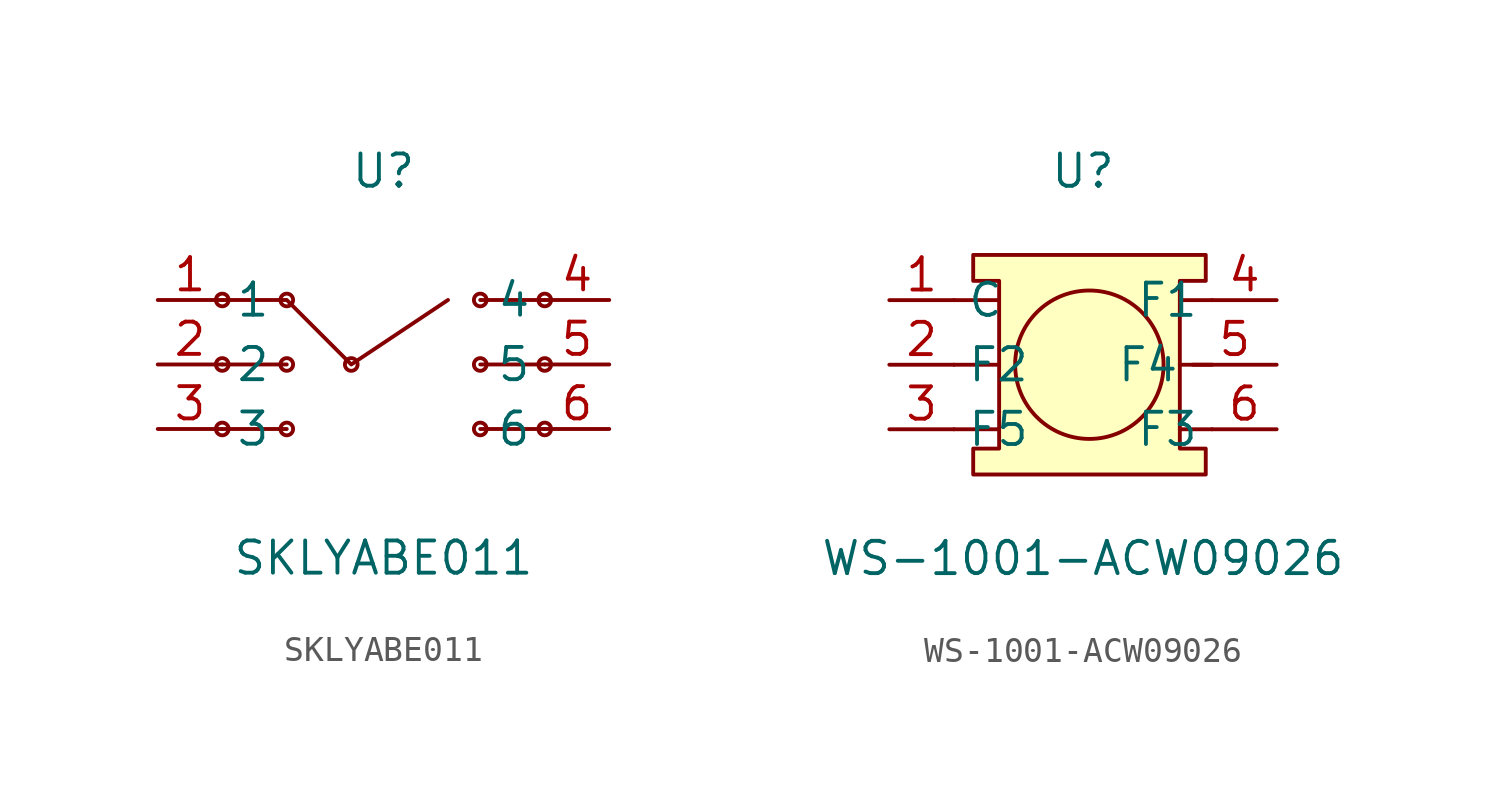
<source format=kicad_sym>
(kicad_symbol_lib
  (version 20211014)
  (generator https://github.com/uPesy/easyeda2kicad.py)
  (symbol "SKLYABE011"
    (property "Reference" "U"
      (at 0 7.62 0)
      (effects (font (size 1.27 1.27))))
    (property "Value" "SKLYABE011"
      (at 0 -7.62 0)
      (effects (font (size 1.27 1.27))))
    (symbol "SKLYABE011_0_1"
      (circle (center -3.81 2.54) (radius 0.25) (stroke (width 0) (type default) (color 0 0 0 0)) (fill (type none)))
      (circle (center -1.27 -0.00) (radius 0.25) (stroke (width 0) (type default) (color 0 0 0 0)) (fill (type none)))
      (circle (center -6.35 2.54) (radius 0.25) (stroke (width 0) (type default) (color 0 0 0 0)) (fill (type none)))
      (circle (center -3.81 -0.00) (radius 0.25) (stroke (width 0) (type default) (color 0 0 0 0)) (fill (type none)))
      (circle (center -6.35 -0.00) (radius 0.25) (stroke (width 0) (type default) (color 0 0 0 0)) (fill (type none)))
      (circle (center -3.81 -2.54) (radius 0.25) (stroke (width 0) (type default) (color 0 0 0 0)) (fill (type none)))
      (circle (center -6.35 -2.54) (radius 0.25) (stroke (width 0) (type default) (color 0 0 0 0)) (fill (type none)))
      (circle (center 6.35 -2.54) (radius 0.25) (stroke (width 0) (type default) (color 0 0 0 0)) (fill (type none)))
      (circle (center 3.81 -2.54) (radius 0.25) (stroke (width 0) (type default) (color 0 0 0 0)) (fill (type none)))
      (circle (center 6.35 -0.00) (radius 0.25) (stroke (width 0) (type default) (color 0 0 0 0)) (fill (type none)))
      (circle (center 3.81 -0.00) (radius 0.25) (stroke (width 0) (type default) (color 0 0 0 0)) (fill (type none)))
      (circle (center 6.35 2.54) (radius 0.25) (stroke (width 0) (type default) (color 0 0 0 0)) (fill (type none)))
      (circle (center 3.81 2.54) (radius 0.25) (stroke (width 0) (type default) (color 0 0 0 0)) (fill (type none)))
      (polyline (pts (xy -6.35 2.54) (xy -3.81 2.54) (xy -1.27 -0.00) (xy 2.54 2.54)) (stroke (width 0) (type default) (color 0 0 0 0)) (fill (type none)))
      (polyline (pts (xy 6.35 2.54) (xy 3.81 2.54)) (stroke (width 0) (type default) (color 0 0 0 0)) (fill (type none)))
      (polyline (pts (xy 6.35 -0.00) (xy 3.81 -0.00)) (stroke (width 0) (type default) (color 0 0 0 0)) (fill (type none)))
      (polyline (pts (xy 6.35 -2.54) (xy 3.81 -2.54)) (stroke (width 0) (type default) (color 0 0 0 0)) (fill (type none)))
      (polyline (pts (xy -6.35 -0.00) (xy -3.81 -0.00)) (stroke (width 0) (type default) (color 0 0 0 0)) (fill (type none)))
      (polyline (pts (xy -6.35 -2.54) (xy -3.81 -2.54)) (stroke (width 0) (type default) (color 0 0 0 0)) (fill (type none)))
      (pin unspecified line (at -8.89 2.54 0) (length 2.54) (name "1" (effects (font (size 1.27 1.27)))) (number "1" (effects (font (size 1.27 1.27)))))
      (pin unspecified line (at -8.89 -0.00 0) (length 2.54) (name "2" (effects (font (size 1.27 1.27)))) (number "2" (effects (font (size 1.27 1.27)))))
      (pin unspecified line (at -8.89 -2.54 0) (length 2.54) (name "3" (effects (font (size 1.27 1.27)))) (number "3" (effects (font (size 1.27 1.27)))))
      (pin unspecified line (at 8.89 2.54 180) (length 2.54) (name "4" (effects (font (size 1.27 1.27)))) (number "4" (effects (font (size 1.27 1.27)))))
      (pin unspecified line (at 8.89 -0.00 180) (length 2.54) (name "5" (effects (font (size 1.27 1.27)))) (number "5" (effects (font (size 1.27 1.27)))))
      (pin unspecified line (at 8.89 -2.54 180) (length 2.54) (name "6" (effects (font (size 1.27 1.27)))) (number "6" (effects (font (size 1.27 1.27)))))))
  (symbol "WS-1001-ACW09026"
    (property "Reference" "U"
      (at 0 7.62 0)
      (effects (font (size 1.27 1.27))))
    (property "Value" "WS-1001-ACW09026"
      (at 0 -7.62 0)
      (effects (font (size 1.27 1.27))))
    (symbol "WS-1001-ACW09026_0_1"
      (circle (center 0.25 -0.00) (radius 2.92) (stroke (width 0) (type default) (color 0 0 0 0)) (fill (type none)))
      (polyline (pts (xy -4.32 4.32) (xy -4.32 3.56) (xy -4.32 3.30) (xy -3.30 3.30) (xy -3.30 -3.30) (xy -4.32 -3.30) (xy -4.32 -4.32) (xy 4.83 -4.32) (xy 4.83 -3.30) (xy 3.81 -3.30) (xy 3.81 3.30) (xy 4.83 3.30) (xy 4.83 4.32) (xy -4.32 4.32)) (stroke (width 0) (type default) (color 0 0 0 0)) (fill (type background)))
      (polyline (pts (xy -3.30 2.54) (xy -5.08 2.54) (xy -5.08 2.54)) (stroke (width 0) (type default) (color 0 0 0 0)) (fill (type none)))
      (polyline (pts (xy -3.30 -0.00) (xy -5.08 -0.00)) (stroke (width 0) (type default) (color 0 0 0 0)) (fill (type none)))
      (polyline (pts (xy -3.30 -2.54) (xy -5.08 -2.54)) (stroke (width 0) (type default) (color 0 0 0 0)) (fill (type none)))
      (polyline (pts (xy 3.81 2.54) (xy 5.08 2.54)) (stroke (width 0) (type default) (color 0 0 0 0)) (fill (type none)))
      (polyline (pts (xy 3.81 -2.54) (xy 5.08 -2.54)) (stroke (width 0) (type default) (color 0 0 0 0)) (fill (type none)))
      (polyline (pts (xy 3.81 -0.00) (xy 5.08 -0.00)) (stroke (width 0) (type default) (color 0 0 0 0)) (fill (type none)))
      (pin unspecified line (at -7.62 2.54 0) (length 2.54) (name "C" (effects (font (size 1.27 1.27)))) (number "1" (effects (font (size 1.27 1.27)))))
      (pin unspecified line (at -7.62 -2.54 0) (length 2.54) (name "F5" (effects (font (size 1.27 1.27)))) (number "3" (effects (font (size 1.27 1.27)))))
      (pin unspecified line (at -7.62 -0.00 0) (length 2.54) (name "F2" (effects (font (size 1.27 1.27)))) (number "2" (effects (font (size 1.27 1.27)))))
      (pin unspecified line (at 7.62 2.54 180) (length 2.54) (name "F1" (effects (font (size 1.27 1.27)))) (number "4" (effects (font (size 1.27 1.27)))))
      (pin unspecified line (at 7.62 -2.54 180) (length 2.54) (name "F3" (effects (font (size 1.27 1.27)))) (number "6" (effects (font (size 1.27 1.27)))))
      (pin unspecified line (at 7.62 -0.00 180) (length 3.302) (name "F4" (effects (font (size 1.27 1.27)))) (number "5" (effects (font (size 1.27 1.27))))))))
</source>
